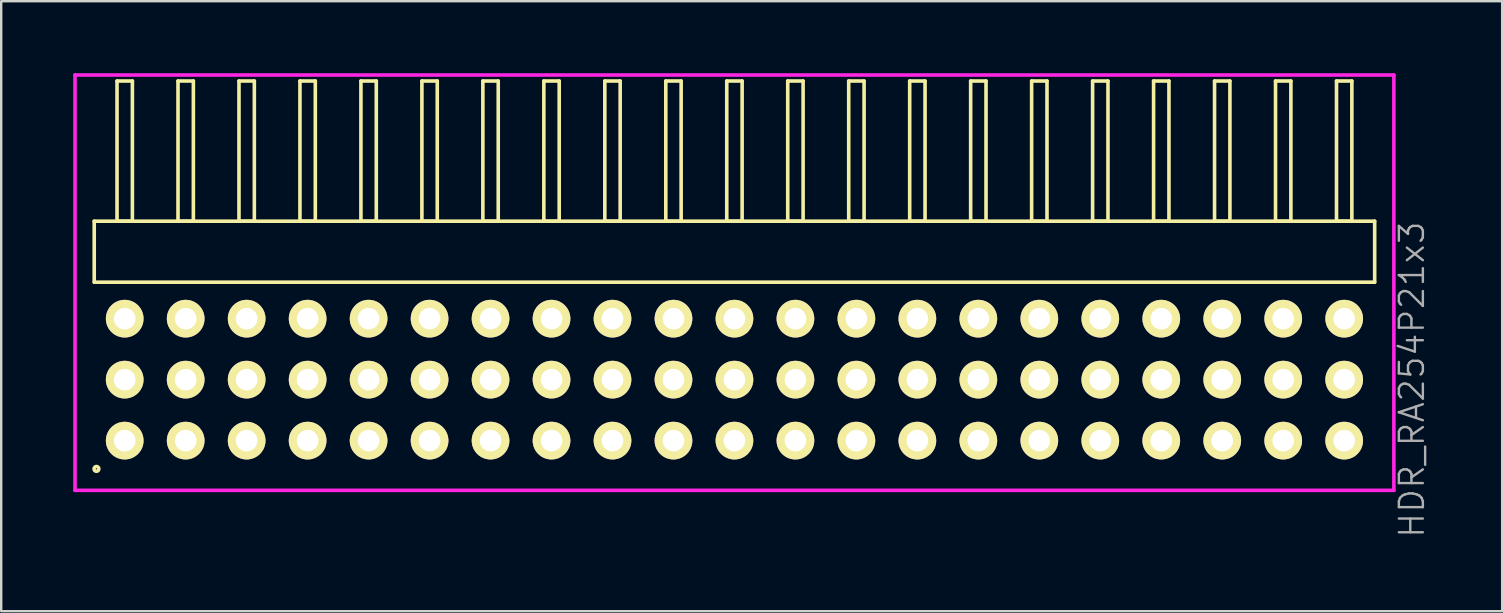
<source format=kicad_pcb>
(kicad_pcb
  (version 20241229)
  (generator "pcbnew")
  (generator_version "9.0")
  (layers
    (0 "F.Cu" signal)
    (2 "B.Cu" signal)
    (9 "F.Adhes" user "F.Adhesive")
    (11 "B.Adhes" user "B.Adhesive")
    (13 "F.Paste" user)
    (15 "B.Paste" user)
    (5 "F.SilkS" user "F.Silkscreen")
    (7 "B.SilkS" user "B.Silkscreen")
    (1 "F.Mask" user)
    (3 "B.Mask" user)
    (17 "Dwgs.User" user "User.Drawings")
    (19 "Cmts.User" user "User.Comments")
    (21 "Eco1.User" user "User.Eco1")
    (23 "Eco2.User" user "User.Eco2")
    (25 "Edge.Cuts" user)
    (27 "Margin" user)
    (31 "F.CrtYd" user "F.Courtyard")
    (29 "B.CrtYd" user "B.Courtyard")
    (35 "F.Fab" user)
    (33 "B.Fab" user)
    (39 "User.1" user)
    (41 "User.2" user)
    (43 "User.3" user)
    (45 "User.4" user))
  (footprint "HDR_RA254P21x3"
    (layer "F.Cu")
    (at 27.545 12.765)
    (property "Reference" "HDR_RA254P21x3" (at 28.22 0 90) (layer "F.Fab") (effects (font (size 1 1) (thickness 0.1))))
    (attr through_hole)
    (fp_line (start -26.67 -6.6) (end -26.67 -4.06) (stroke (width 0.15) (type solid)) (layer "F.SilkS"))
    (fp_line (start -26.67 -4.06) (end 26.67 -4.06) (stroke (width 0.15) (type solid)) (layer "F.SilkS"))
    (fp_line (start -25.72 -12.44) (end -25.72 -6.6) (stroke (width 0.15) (type solid)) (layer "F.SilkS"))
    (fp_line (start -25.72 -6.6) (end -25.08 -6.6) (stroke (width 0.15) (type solid)) (layer "F.SilkS"))
    (fp_line (start -25.08 -12.44) (end -25.72 -12.44) (stroke (width 0.15) (type solid)) (layer "F.SilkS"))
    (fp_line (start -25.08 -6.6) (end -25.08 -12.44) (stroke (width 0.15) (type solid)) (layer "F.SilkS"))
    (fp_line (start -23.18 -12.44) (end -23.18 -6.6) (stroke (width 0.15) (type solid)) (layer "F.SilkS"))
    (fp_line (start -23.18 -6.6) (end -22.54 -6.6) (stroke (width 0.15) (type solid)) (layer "F.SilkS"))
    (fp_line (start -22.54 -12.44) (end -23.18 -12.44) (stroke (width 0.15) (type solid)) (layer "F.SilkS"))
    (fp_line (start -22.54 -6.6) (end -22.54 -12.44) (stroke (width 0.15) (type solid)) (layer "F.SilkS"))
    (fp_line (start -20.64 -12.44) (end -20.64 -6.6) (stroke (width 0.15) (type solid)) (layer "F.SilkS"))
    (fp_line (start -20.64 -6.6) (end -20 -6.6) (stroke (width 0.15) (type solid)) (layer "F.SilkS"))
    (fp_line (start -20 -12.44) (end -20.64 -12.44) (stroke (width 0.15) (type solid)) (layer "F.SilkS"))
    (fp_line (start -20 -6.6) (end -20 -12.44) (stroke (width 0.15) (type solid)) (layer "F.SilkS"))
    (fp_line (start -18.1 -12.44) (end -18.1 -6.6) (stroke (width 0.15) (type solid)) (layer "F.SilkS"))
    (fp_line (start -18.1 -6.6) (end -17.46 -6.6) (stroke (width 0.15) (type solid)) (layer "F.SilkS"))
    (fp_line (start -17.46 -12.44) (end -18.1 -12.44) (stroke (width 0.15) (type solid)) (layer "F.SilkS"))
    (fp_line (start -17.46 -6.6) (end -17.46 -12.44) (stroke (width 0.15) (type solid)) (layer "F.SilkS"))
    (fp_line (start -15.56 -12.44) (end -15.56 -6.6) (stroke (width 0.15) (type solid)) (layer "F.SilkS"))
    (fp_line (start -15.56 -6.6) (end -14.92 -6.6) (stroke (width 0.15) (type solid)) (layer "F.SilkS"))
    (fp_line (start -14.92 -12.44) (end -15.56 -12.44) (stroke (width 0.15) (type solid)) (layer "F.SilkS"))
    (fp_line (start -14.92 -6.6) (end -14.92 -12.44) (stroke (width 0.15) (type solid)) (layer "F.SilkS"))
    (fp_line (start -13.02 -12.44) (end -13.02 -6.6) (stroke (width 0.15) (type solid)) (layer "F.SilkS"))
    (fp_line (start -13.02 -6.6) (end -12.38 -6.6) (stroke (width 0.15) (type solid)) (layer "F.SilkS"))
    (fp_line (start -12.38 -12.44) (end -13.02 -12.44) (stroke (width 0.15) (type solid)) (layer "F.SilkS"))
    (fp_line (start -12.38 -6.6) (end -12.38 -12.44) (stroke (width 0.15) (type solid)) (layer "F.SilkS"))
    (fp_line (start -10.48 -12.44) (end -10.48 -6.6) (stroke (width 0.15) (type solid)) (layer "F.SilkS"))
    (fp_line (start -10.48 -6.6) (end -9.84 -6.6) (stroke (width 0.15) (type solid)) (layer "F.SilkS"))
    (fp_line (start -9.84 -12.44) (end -10.48 -12.44) (stroke (width 0.15) (type solid)) (layer "F.SilkS"))
    (fp_line (start -9.84 -6.6) (end -9.84 -12.44) (stroke (width 0.15) (type solid)) (layer "F.SilkS"))
    (fp_line (start -7.94 -12.44) (end -7.94 -6.6) (stroke (width 0.15) (type solid)) (layer "F.SilkS"))
    (fp_line (start -7.94 -6.6) (end -7.3 -6.6) (stroke (width 0.15) (type solid)) (layer "F.SilkS"))
    (fp_line (start -7.3 -12.44) (end -7.94 -12.44) (stroke (width 0.15) (type solid)) (layer "F.SilkS"))
    (fp_line (start -7.3 -6.6) (end -7.3 -12.44) (stroke (width 0.15) (type solid)) (layer "F.SilkS"))
    (fp_line (start -5.4 -12.44) (end -5.4 -6.6) (stroke (width 0.15) (type solid)) (layer "F.SilkS"))
    (fp_line (start -5.4 -6.6) (end -4.76 -6.6) (stroke (width 0.15) (type solid)) (layer "F.SilkS"))
    (fp_line (start -4.76 -12.44) (end -5.4 -12.44) (stroke (width 0.15) (type solid)) (layer "F.SilkS"))
    (fp_line (start -4.76 -6.6) (end -4.76 -12.44) (stroke (width 0.15) (type solid)) (layer "F.SilkS"))
    (fp_line (start -2.86 -12.44) (end -2.86 -6.6) (stroke (width 0.15) (type solid)) (layer "F.SilkS"))
    (fp_line (start -2.86 -6.6) (end -2.22 -6.6) (stroke (width 0.15) (type solid)) (layer "F.SilkS"))
    (fp_line (start -2.22 -12.44) (end -2.86 -12.44) (stroke (width 0.15) (type solid)) (layer "F.SilkS"))
    (fp_line (start -2.22 -6.6) (end -2.22 -12.44) (stroke (width 0.15) (type solid)) (layer "F.SilkS"))
    (fp_line (start -0.32 -12.44) (end -0.32 -6.6) (stroke (width 0.15) (type solid)) (layer "F.SilkS"))
    (fp_line (start -0.32 -6.6) (end 0.32 -6.6) (stroke (width 0.15) (type solid)) (layer "F.SilkS"))
    (fp_line (start 0.32 -12.44) (end -0.32 -12.44) (stroke (width 0.15) (type solid)) (layer "F.SilkS"))
    (fp_line (start 0.32 -6.6) (end 0.32 -12.44) (stroke (width 0.15) (type solid)) (layer "F.SilkS"))
    (fp_line (start 2.22 -12.44) (end 2.22 -6.6) (stroke (width 0.15) (type solid)) (layer "F.SilkS"))
    (fp_line (start 2.22 -6.6) (end 2.86 -6.6) (stroke (width 0.15) (type solid)) (layer "F.SilkS"))
    (fp_line (start 2.86 -12.44) (end 2.22 -12.44) (stroke (width 0.15) (type solid)) (layer "F.SilkS"))
    (fp_line (start 2.86 -6.6) (end 2.86 -12.44) (stroke (width 0.15) (type solid)) (layer "F.SilkS"))
    (fp_line (start 4.76 -12.44) (end 4.76 -6.6) (stroke (width 0.15) (type solid)) (layer "F.SilkS"))
    (fp_line (start 4.76 -6.6) (end 5.4 -6.6) (stroke (width 0.15) (type solid)) (layer "F.SilkS"))
    (fp_line (start 5.4 -12.44) (end 4.76 -12.44) (stroke (width 0.15) (type solid)) (layer "F.SilkS"))
    (fp_line (start 5.4 -6.6) (end 5.4 -12.44) (stroke (width 0.15) (type solid)) (layer "F.SilkS"))
    (fp_line (start 7.3 -12.44) (end 7.3 -6.6) (stroke (width 0.15) (type solid)) (layer "F.SilkS"))
    (fp_line (start 7.3 -6.6) (end 7.94 -6.6) (stroke (width 0.15) (type solid)) (layer "F.SilkS"))
    (fp_line (start 7.94 -12.44) (end 7.3 -12.44) (stroke (width 0.15) (type solid)) (layer "F.SilkS"))
    (fp_line (start 7.94 -6.6) (end 7.94 -12.44) (stroke (width 0.15) (type solid)) (layer "F.SilkS"))
    (fp_line (start 9.84 -12.44) (end 9.84 -6.6) (stroke (width 0.15) (type solid)) (layer "F.SilkS"))
    (fp_line (start 9.84 -6.6) (end 10.48 -6.6) (stroke (width 0.15) (type solid)) (layer "F.SilkS"))
    (fp_line (start 10.48 -12.44) (end 9.84 -12.44) (stroke (width 0.15) (type solid)) (layer "F.SilkS"))
    (fp_line (start 10.48 -6.6) (end 10.48 -12.44) (stroke (width 0.15) (type solid)) (layer "F.SilkS"))
    (fp_line (start 12.38 -12.44) (end 12.38 -6.6) (stroke (width 0.15) (type solid)) (layer "F.SilkS"))
    (fp_line (start 12.38 -6.6) (end 13.02 -6.6) (stroke (width 0.15) (type solid)) (layer "F.SilkS"))
    (fp_line (start 13.02 -12.44) (end 12.38 -12.44) (stroke (width 0.15) (type solid)) (layer "F.SilkS"))
    (fp_line (start 13.02 -6.6) (end 13.02 -12.44) (stroke (width 0.15) (type solid)) (layer "F.SilkS"))
    (fp_line (start 14.92 -12.44) (end 14.92 -6.6) (stroke (width 0.15) (type solid)) (layer "F.SilkS"))
    (fp_line (start 14.92 -6.6) (end 15.56 -6.6) (stroke (width 0.15) (type solid)) (layer "F.SilkS"))
    (fp_line (start 15.56 -12.44) (end 14.92 -12.44) (stroke (width 0.15) (type solid)) (layer "F.SilkS"))
    (fp_line (start 15.56 -6.6) (end 15.56 -12.44) (stroke (width 0.15) (type solid)) (layer "F.SilkS"))
    (fp_line (start 17.46 -12.44) (end 17.46 -6.6) (stroke (width 0.15) (type solid)) (layer "F.SilkS"))
    (fp_line (start 17.46 -6.6) (end 18.1 -6.6) (stroke (width 0.15) (type solid)) (layer "F.SilkS"))
    (fp_line (start 18.1 -12.44) (end 17.46 -12.44) (stroke (width 0.15) (type solid)) (layer "F.SilkS"))
    (fp_line (start 18.1 -6.6) (end 18.1 -12.44) (stroke (width 0.15) (type solid)) (layer "F.SilkS"))
    (fp_line (start 20 -12.44) (end 20 -6.6) (stroke (width 0.15) (type solid)) (layer "F.SilkS"))
    (fp_line (start 20 -6.6) (end 20.64 -6.6) (stroke (width 0.15) (type solid)) (layer "F.SilkS"))
    (fp_line (start 20.64 -12.44) (end 20 -12.44) (stroke (width 0.15) (type solid)) (layer "F.SilkS"))
    (fp_line (start 20.64 -6.6) (end 20.64 -12.44) (stroke (width 0.15) (type solid)) (layer "F.SilkS"))
    (fp_line (start 22.54 -12.44) (end 22.54 -6.6) (stroke (width 0.15) (type solid)) (layer "F.SilkS"))
    (fp_line (start 22.54 -6.6) (end 23.18 -6.6) (stroke (width 0.15) (type solid)) (layer "F.SilkS"))
    (fp_line (start 23.18 -12.44) (end 22.54 -12.44) (stroke (width 0.15) (type solid)) (layer "F.SilkS"))
    (fp_line (start 23.18 -6.6) (end 23.18 -12.44) (stroke (width 0.15) (type solid)) (layer "F.SilkS"))
    (fp_line (start 25.08 -12.44) (end 25.08 -6.6) (stroke (width 0.15) (type solid)) (layer "F.SilkS"))
    (fp_line (start 25.08 -6.6) (end 25.72 -6.6) (stroke (width 0.15) (type solid)) (layer "F.SilkS"))
    (fp_line (start 25.72 -12.44) (end 25.08 -12.44) (stroke (width 0.15) (type solid)) (layer "F.SilkS"))
    (fp_line (start 25.72 -6.6) (end 25.72 -12.44) (stroke (width 0.15) (type solid)) (layer "F.SilkS"))
    (fp_line (start 26.67 -6.6) (end -26.67 -6.6) (stroke (width 0.15) (type solid)) (layer "F.SilkS"))
    (fp_line (start 26.67 -4.06) (end 26.67 -6.6) (stroke (width 0.15) (type solid)) (layer "F.SilkS"))
    (fp_circle (center -26.577 3.718) (end -26.477 3.718) (stroke (width 0.15) (type solid)) (fill no) (layer "F.SilkS"))
    (fp_line (start -27.47 -12.69) (end -27.47 4.61) (stroke (width 0.15) (type solid)) (layer "F.CrtYd"))
    (fp_line (start -27.47 4.61) (end 27.47 4.61) (stroke (width 0.15) (type solid)) (layer "F.CrtYd"))
    (fp_line (start 27.47 -12.69) (end -27.47 -12.69) (stroke (width 0.15) (type solid)) (layer "F.CrtYd"))
    (fp_line (start 27.47 4.61) (end 27.47 -12.69) (stroke (width 0.15) (type solid)) (layer "F.CrtYd"))
    (pad "1" thru_hole oval (at -25.4 2.54) (size 1.57 1.57) (drill 0.9) (layers "*.Cu" "*.Mask" "F.SilkS"))
    (pad "2" thru_hole oval (at -25.4 0) (size 1.57 1.57) (drill 0.9) (layers "*.Cu" "*.Mask" "F.SilkS"))
    (pad "3" thru_hole oval (at -25.4 -2.54) (size 1.57 1.57) (drill 0.9) (layers "*.Cu" "*.Mask" "F.SilkS"))
    (pad "4" thru_hole oval (at -22.86 2.54) (size 1.57 1.57) (drill 0.9) (layers "*.Cu" "*.Mask" "F.SilkS"))
    (pad "5" thru_hole oval (at -22.86 0) (size 1.57 1.57) (drill 0.9) (layers "*.Cu" "*.Mask" "F.SilkS"))
    (pad "6" thru_hole oval (at -22.86 -2.54) (size 1.57 1.57) (drill 0.9) (layers "*.Cu" "*.Mask" "F.SilkS"))
    (pad "7" thru_hole oval (at -20.32 2.54) (size 1.57 1.57) (drill 0.9) (layers "*.Cu" "*.Mask" "F.SilkS"))
    (pad "8" thru_hole oval (at -20.32 0) (size 1.57 1.57) (drill 0.9) (layers "*.Cu" "*.Mask" "F.SilkS"))
    (pad "9" thru_hole oval (at -20.32 -2.54) (size 1.57 1.57) (drill 0.9) (layers "*.Cu" "*.Mask" "F.SilkS"))
    (pad "10" thru_hole oval (at -17.78 2.54) (size 1.57 1.57) (drill 0.9) (layers "*.Cu" "*.Mask" "F.SilkS"))
    (pad "11" thru_hole oval (at -17.78 0) (size 1.57 1.57) (drill 0.9) (layers "*.Cu" "*.Mask" "F.SilkS"))
    (pad "12" thru_hole oval (at -17.78 -2.54) (size 1.57 1.57) (drill 0.9) (layers "*.Cu" "*.Mask" "F.SilkS"))
    (pad "13" thru_hole oval (at -15.24 2.54) (size 1.57 1.57) (drill 0.9) (layers "*.Cu" "*.Mask" "F.SilkS"))
    (pad "14" thru_hole oval (at -15.24 0) (size 1.57 1.57) (drill 0.9) (layers "*.Cu" "*.Mask" "F.SilkS"))
    (pad "15" thru_hole oval (at -15.24 -2.54) (size 1.57 1.57) (drill 0.9) (layers "*.Cu" "*.Mask" "F.SilkS"))
    (pad "16" thru_hole oval (at -12.7 2.54) (size 1.57 1.57) (drill 0.9) (layers "*.Cu" "*.Mask" "F.SilkS"))
    (pad "17" thru_hole oval (at -12.7 0) (size 1.57 1.57) (drill 0.9) (layers "*.Cu" "*.Mask" "F.SilkS"))
    (pad "18" thru_hole oval (at -12.7 -2.54) (size 1.57 1.57) (drill 0.9) (layers "*.Cu" "*.Mask" "F.SilkS"))
    (pad "19" thru_hole oval (at -10.16 2.54) (size 1.57 1.57) (drill 0.9) (layers "*.Cu" "*.Mask" "F.SilkS"))
    (pad "20" thru_hole oval (at -10.16 0) (size 1.57 1.57) (drill 0.9) (layers "*.Cu" "*.Mask" "F.SilkS"))
    (pad "21" thru_hole oval (at -10.16 -2.54) (size 1.57 1.57) (drill 0.9) (layers "*.Cu" "*.Mask" "F.SilkS"))
    (pad "22" thru_hole oval (at -7.62 2.54) (size 1.57 1.57) (drill 0.9) (layers "*.Cu" "*.Mask" "F.SilkS"))
    (pad "23" thru_hole oval (at -7.62 0) (size 1.57 1.57) (drill 0.9) (layers "*.Cu" "*.Mask" "F.SilkS"))
    (pad "24" thru_hole oval (at -7.62 -2.54) (size 1.57 1.57) (drill 0.9) (layers "*.Cu" "*.Mask" "F.SilkS"))
    (pad "25" thru_hole oval (at -5.08 2.54) (size 1.57 1.57) (drill 0.9) (layers "*.Cu" "*.Mask" "F.SilkS"))
    (pad "26" thru_hole oval (at -5.08 0) (size 1.57 1.57) (drill 0.9) (layers "*.Cu" "*.Mask" "F.SilkS"))
    (pad "27" thru_hole oval (at -5.08 -2.54) (size 1.57 1.57) (drill 0.9) (layers "*.Cu" "*.Mask" "F.SilkS"))
    (pad "28" thru_hole oval (at -2.54 2.54) (size 1.57 1.57) (drill 0.9) (layers "*.Cu" "*.Mask" "F.SilkS"))
    (pad "29" thru_hole oval (at -2.54 0) (size 1.57 1.57) (drill 0.9) (layers "*.Cu" "*.Mask" "F.SilkS"))
    (pad "30" thru_hole oval (at -2.54 -2.54) (size 1.57 1.57) (drill 0.9) (layers "*.Cu" "*.Mask" "F.SilkS"))
    (pad "31" thru_hole oval (at 0 2.54) (size 1.57 1.57) (drill 0.9) (layers "*.Cu" "*.Mask" "F.SilkS"))
    (pad "32" thru_hole oval (at 0 0) (size 1.57 1.57) (drill 0.9) (layers "*.Cu" "*.Mask" "F.SilkS"))
    (pad "33" thru_hole oval (at 0 -2.54) (size 1.57 1.57) (drill 0.9) (layers "*.Cu" "*.Mask" "F.SilkS"))
    (pad "34" thru_hole oval (at 2.54 2.54) (size 1.57 1.57) (drill 0.9) (layers "*.Cu" "*.Mask" "F.SilkS"))
    (pad "35" thru_hole oval (at 2.54 0) (size 1.57 1.57) (drill 0.9) (layers "*.Cu" "*.Mask" "F.SilkS"))
    (pad "36" thru_hole oval (at 2.54 -2.54) (size 1.57 1.57) (drill 0.9) (layers "*.Cu" "*.Mask" "F.SilkS"))
    (pad "37" thru_hole oval (at 5.08 2.54) (size 1.57 1.57) (drill 0.9) (layers "*.Cu" "*.Mask" "F.SilkS"))
    (pad "38" thru_hole oval (at 5.08 0) (size 1.57 1.57) (drill 0.9) (layers "*.Cu" "*.Mask" "F.SilkS"))
    (pad "39" thru_hole oval (at 5.08 -2.54) (size 1.57 1.57) (drill 0.9) (layers "*.Cu" "*.Mask" "F.SilkS"))
    (pad "40" thru_hole oval (at 7.62 2.54) (size 1.57 1.57) (drill 0.9) (layers "*.Cu" "*.Mask" "F.SilkS"))
    (pad "41" thru_hole oval (at 7.62 0) (size 1.57 1.57) (drill 0.9) (layers "*.Cu" "*.Mask" "F.SilkS"))
    (pad "42" thru_hole oval (at 7.62 -2.54) (size 1.57 1.57) (drill 0.9) (layers "*.Cu" "*.Mask" "F.SilkS"))
    (pad "43" thru_hole oval (at 10.16 2.54) (size 1.57 1.57) (drill 0.9) (layers "*.Cu" "*.Mask" "F.SilkS"))
    (pad "44" thru_hole oval (at 10.16 0) (size 1.57 1.57) (drill 0.9) (layers "*.Cu" "*.Mask" "F.SilkS"))
    (pad "45" thru_hole oval (at 10.16 -2.54) (size 1.57 1.57) (drill 0.9) (layers "*.Cu" "*.Mask" "F.SilkS"))
    (pad "46" thru_hole oval (at 12.7 2.54) (size 1.57 1.57) (drill 0.9) (layers "*.Cu" "*.Mask" "F.SilkS"))
    (pad "47" thru_hole oval (at 12.7 0) (size 1.57 1.57) (drill 0.9) (layers "*.Cu" "*.Mask" "F.SilkS"))
    (pad "48" thru_hole oval (at 12.7 -2.54) (size 1.57 1.57) (drill 0.9) (layers "*.Cu" "*.Mask" "F.SilkS"))
    (pad "49" thru_hole oval (at 15.24 2.54) (size 1.57 1.57) (drill 0.9) (layers "*.Cu" "*.Mask" "F.SilkS"))
    (pad "50" thru_hole oval (at 15.24 0) (size 1.57 1.57) (drill 0.9) (layers "*.Cu" "*.Mask" "F.SilkS"))
    (pad "51" thru_hole oval (at 15.24 -2.54) (size 1.57 1.57) (drill 0.9) (layers "*.Cu" "*.Mask" "F.SilkS"))
    (pad "52" thru_hole oval (at 17.78 2.54) (size 1.57 1.57) (drill 0.9) (layers "*.Cu" "*.Mask" "F.SilkS"))
    (pad "53" thru_hole oval (at 17.78 0) (size 1.57 1.57) (drill 0.9) (layers "*.Cu" "*.Mask" "F.SilkS"))
    (pad "54" thru_hole oval (at 17.78 -2.54) (size 1.57 1.57) (drill 0.9) (layers "*.Cu" "*.Mask" "F.SilkS"))
    (pad "55" thru_hole oval (at 20.32 2.54) (size 1.57 1.57) (drill 0.9) (layers "*.Cu" "*.Mask" "F.SilkS"))
    (pad "56" thru_hole oval (at 20.32 0) (size 1.57 1.57) (drill 0.9) (layers "*.Cu" "*.Mask" "F.SilkS"))
    (pad "57" thru_hole oval (at 20.32 -2.54) (size 1.57 1.57) (drill 0.9) (layers "*.Cu" "*.Mask" "F.SilkS"))
    (pad "58" thru_hole oval (at 22.86 2.54) (size 1.57 1.57) (drill 0.9) (layers "*.Cu" "*.Mask" "F.SilkS"))
    (pad "59" thru_hole oval (at 22.86 0) (size 1.57 1.57) (drill 0.9) (layers "*.Cu" "*.Mask" "F.SilkS"))
    (pad "60" thru_hole oval (at 22.86 -2.54) (size 1.57 1.57) (drill 0.9) (layers "*.Cu" "*.Mask" "F.SilkS"))
    (pad "61" thru_hole oval (at 25.4 2.54) (size 1.57 1.57) (drill 0.9) (layers "*.Cu" "*.Mask" "F.SilkS"))
    (pad "62" thru_hole oval (at 25.4 0) (size 1.57 1.57) (drill 0.9) (layers "*.Cu" "*.Mask" "F.SilkS"))
    (pad "63" thru_hole oval (at 25.4 -2.54) (size 1.57 1.57) (drill 0.9) (layers "*.Cu" "*.Mask" "F.SilkS")))
  (gr_rect
    (start -3 -3)
    (end 59.526 22.41)
    (stroke (width 0.1) (type default))
    (fill no)
    (layer "Edge.Cuts")))
</source>
